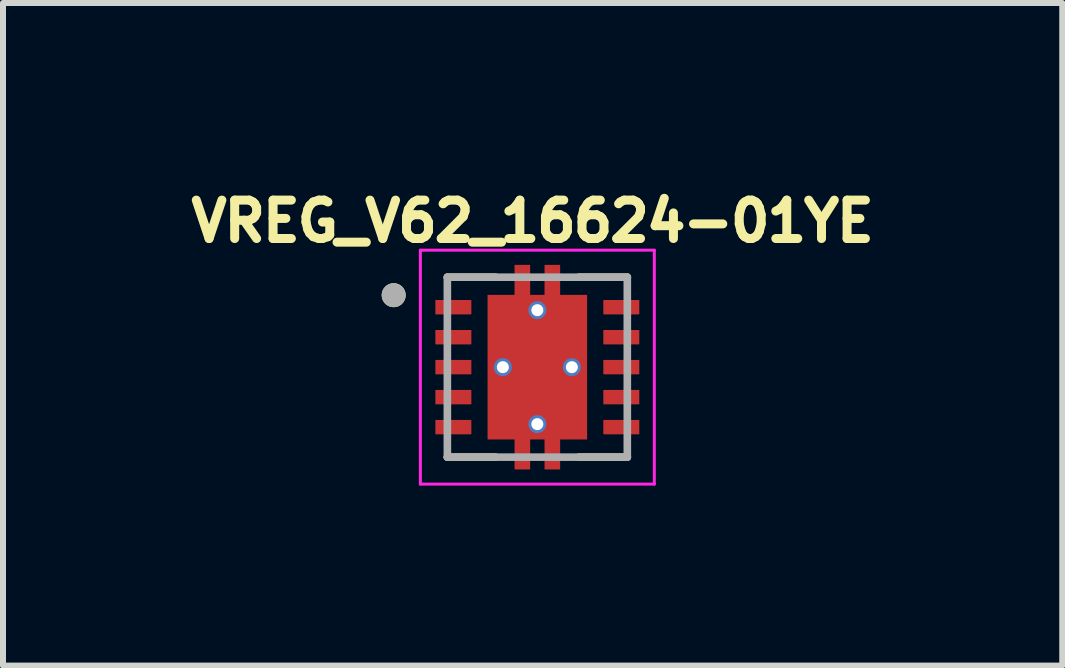
<source format=kicad_pcb>
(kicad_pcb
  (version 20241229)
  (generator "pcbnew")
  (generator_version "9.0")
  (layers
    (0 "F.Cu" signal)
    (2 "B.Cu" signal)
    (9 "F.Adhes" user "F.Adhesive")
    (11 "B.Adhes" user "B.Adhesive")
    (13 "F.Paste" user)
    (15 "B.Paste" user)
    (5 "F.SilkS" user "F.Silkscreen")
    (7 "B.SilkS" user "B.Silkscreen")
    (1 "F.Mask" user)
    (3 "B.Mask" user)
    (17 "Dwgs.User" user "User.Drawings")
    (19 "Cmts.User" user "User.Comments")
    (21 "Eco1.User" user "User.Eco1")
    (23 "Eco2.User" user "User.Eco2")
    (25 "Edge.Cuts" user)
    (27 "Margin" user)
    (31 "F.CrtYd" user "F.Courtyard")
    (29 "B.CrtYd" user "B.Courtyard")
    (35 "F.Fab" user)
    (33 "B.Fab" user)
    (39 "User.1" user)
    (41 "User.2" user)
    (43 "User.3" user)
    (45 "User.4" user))
  (footprint "VREG_V62_16624-01YE"
    (layer "F.Cu")
    (at 5.908 3.071)
    (property "Reference" "VREG_V62_16624-01YE" (at -0.078 -2.433 0) (layer "F.SilkS") (effects (font (size 0.64 0.64) (thickness 0.15))))
    (attr through_hole)
    (fp_poly (pts (xy -1.77 -1.19) (xy -1.03 -1.19) (xy -1.03 -0.81) (xy -1.77 -0.81)) (stroke (width 0.01) (type solid)) (fill yes) (layer "F.Mask"))
    (fp_poly (pts (xy -1.77 -0.69) (xy -1.03 -0.69) (xy -1.03 -0.31) (xy -1.77 -0.31)) (stroke (width 0.01) (type solid)) (fill yes) (layer "F.Mask"))
    (fp_poly (pts (xy -1.77 -0.19) (xy -1.03 -0.19) (xy -1.03 0.19) (xy -1.77 0.19)) (stroke (width 0.01) (type solid)) (fill yes) (layer "F.Mask"))
    (fp_poly (pts (xy -1.77 0.31) (xy -1.03 0.31) (xy -1.03 0.69) (xy -1.77 0.69)) (stroke (width 0.01) (type solid)) (fill yes) (layer "F.Mask"))
    (fp_poly (pts (xy -1.77 0.81) (xy -1.03 0.81) (xy -1.03 1.19) (xy -1.77 1.19)) (stroke (width 0.01) (type solid)) (fill yes) (layer "F.Mask"))
    (fp_poly (pts (xy 1.03 -1.19) (xy 1.77 -1.19) (xy 1.77 -0.81) (xy 1.03 -0.81)) (stroke (width 0.01) (type solid)) (fill yes) (layer "F.Mask"))
    (fp_poly (pts (xy 1.03 -0.69) (xy 1.77 -0.69) (xy 1.77 -0.31) (xy 1.03 -0.31)) (stroke (width 0.01) (type solid)) (fill yes) (layer "F.Mask"))
    (fp_poly (pts (xy 1.03 -0.19) (xy 1.77 -0.19) (xy 1.77 0.19) (xy 1.03 0.19)) (stroke (width 0.01) (type solid)) (fill yes) (layer "F.Mask"))
    (fp_poly (pts (xy 1.03 0.31) (xy 1.77 0.31) (xy 1.77 0.69) (xy 1.03 0.69)) (stroke (width 0.01) (type solid)) (fill yes) (layer "F.Mask"))
    (fp_poly (pts (xy 1.03 0.81) (xy 1.77 0.81) (xy 1.77 1.19) (xy 1.03 1.19)) (stroke (width 0.01) (type solid)) (fill yes) (layer "F.Mask"))
    (fp_poly (pts (xy -0.895 -1.27) (xy -0.445 -1.27) (xy -0.445 -1.77) (xy -0.055 -1.77) (xy -0.055 -1.27) (xy 0.055 -1.27) (xy 0.055 -1.77) (xy 0.445 -1.77) (xy 0.445 -1.27) (xy 0.895 -1.27) (xy 0.895 1.27) (xy 0.445 1.27) (xy 0.445 1.77) (xy 0.055 1.77) (xy 0.055 1.27) (xy -0.055 1.27) (xy -0.055 1.77) (xy -0.445 1.77) (xy -0.445 1.27) (xy -0.895 1.27)) (stroke (width 0.01) (type solid)) (fill yes) (layer "F.Mask"))
    (fp_line (start -1.5 -1.5) (end -0.695 -1.5) (stroke (width 0.127) (type solid)) (layer "F.SilkS"))
    (fp_line (start -1.5 1.5) (end -0.695 1.5) (stroke (width 0.127) (type solid)) (layer "F.SilkS"))
    (fp_line (start 0.695 -1.5) (end 1.5 -1.5) (stroke (width 0.127) (type solid)) (layer "F.SilkS"))
    (fp_line (start 0.695 1.5) (end 1.5 1.5) (stroke (width 0.127) (type solid)) (layer "F.SilkS"))
    (fp_circle (center -2.395 -1.2) (end -2.295 -1.2) (stroke (width 0.2) (type solid)) (fill no) (layer "F.SilkS"))
    (fp_poly (pts (xy -0.75 -1.16) (xy 0.75 -1.16) (xy 0.75 -0.1) (xy -0.75 -0.1)) (stroke (width 0.01) (type solid)) (fill yes) (layer "F.Paste"))
    (fp_poly (pts (xy -0.75 0.1) (xy 0.75 0.1) (xy 0.75 1.16) (xy -0.75 1.16)) (stroke (width 0.01) (type solid)) (fill yes) (layer "F.Paste"))
    (fp_poly (pts (xy -0.375 -1.7) (xy -0.125 -1.7) (xy -0.125 -1.36) (xy -0.375 -1.36)) (stroke (width 0.01) (type solid)) (fill yes) (layer "F.Paste"))
    (fp_poly (pts (xy -0.375 1.36) (xy -0.125 1.36) (xy -0.125 1.7) (xy -0.375 1.7)) (stroke (width 0.01) (type solid)) (fill yes) (layer "F.Paste"))
    (fp_poly (pts (xy 0.125 -1.7) (xy 0.375 -1.7) (xy 0.375 -1.36) (xy 0.125 -1.36)) (stroke (width 0.01) (type solid)) (fill yes) (layer "F.Paste"))
    (fp_poly (pts (xy 0.125 1.36) (xy 0.375 1.36) (xy 0.375 1.7) (xy 0.125 1.7)) (stroke (width 0.01) (type solid)) (fill yes) (layer "F.Paste"))
    (fp_line (start -1.95 -1.95) (end -1.95 1.95) (stroke (width 0.05) (type solid)) (layer "F.CrtYd"))
    (fp_line (start -1.95 -1.95) (end 1.95 -1.95) (stroke (width 0.05) (type solid)) (layer "F.CrtYd"))
    (fp_line (start -1.95 1.95) (end 1.95 1.95) (stroke (width 0.05) (type solid)) (layer "F.CrtYd"))
    (fp_line (start 1.95 -1.95) (end 1.95 1.95) (stroke (width 0.05) (type solid)) (layer "F.CrtYd"))
    (fp_line (start -1.5 -1.5) (end -1.5 1.5) (stroke (width 0.127) (type solid)) (layer "F.Fab"))
    (fp_line (start -1.5 -1.5) (end 1.5 -1.5) (stroke (width 0.127) (type solid)) (layer "F.Fab"))
    (fp_line (start -1.5 1.5) (end 1.5 1.5) (stroke (width 0.127) (type solid)) (layer "F.Fab"))
    (fp_line (start 1.5 -1.5) (end 1.5 1.5) (stroke (width 0.127) (type solid)) (layer "F.Fab"))
    (fp_circle (center -2.395 -1.2) (end -2.295 -1.2) (stroke (width 0.2) (type solid)) (fill no) (layer "F.Fab"))
    (pad "1" smd roundrect (at -1.4 -1) (size 0.6 0.24) (layers "F.Cu" "F.Paste") (roundrect_rratio 0.03))
    (pad "2" smd roundrect (at -1.4 -0.5) (size 0.6 0.24) (layers "F.Cu" "F.Paste") (roundrect_rratio 0.03))
    (pad "3" smd roundrect (at -1.4 0) (size 0.6 0.24) (layers "F.Cu" "F.Paste") (roundrect_rratio 0.03))
    (pad "4" smd roundrect (at -1.4 0.5) (size 0.6 0.24) (layers "F.Cu" "F.Paste") (roundrect_rratio 0.03))
    (pad "5" smd roundrect (at -1.4 1) (size 0.6 0.24) (layers "F.Cu" "F.Paste") (roundrect_rratio 0.03))
    (pad "6" smd roundrect (at 1.4 1) (size 0.6 0.24) (layers "F.Cu" "F.Paste") (roundrect_rratio 0.03))
    (pad "7" smd roundrect (at 1.4 0.5) (size 0.6 0.24) (layers "F.Cu" "F.Paste") (roundrect_rratio 0.03))
    (pad "8" smd roundrect (at 1.4 0) (size 0.6 0.24) (layers "F.Cu" "F.Paste") (roundrect_rratio 0.03))
    (pad "9" smd roundrect (at 1.4 -0.5) (size 0.6 0.24) (layers "F.Cu" "F.Paste") (roundrect_rratio 0.03))
    (pad "10" smd roundrect (at 1.4 -1) (size 0.6 0.24) (layers "F.Cu" "F.Paste") (roundrect_rratio 0.03))
    (pad "11" smd custom (at 0 0) (size 1.65 2.4) (layers "F.Cu") (options (anchor rect)) (primitives (gr_poly (pts (xy -0.825 -1.2) (xy -0.375 -1.2) (xy -0.375 -1.7) (xy -0.125 -1.7) (xy -0.125 -1.2) (xy 0.125 -1.2) (xy 0.125 -1.7) (xy 0.375 -1.7) (xy 0.375 -1.2) (xy 0.825 -1.2) (xy 0.825 1.2) (xy 0.375 1.2) (xy 0.375 1.7) (xy 0.125 1.7) (xy 0.125 1.2) (xy -0.125 1.2) (xy -0.125 1.7) (xy -0.375 1.7) (xy -0.375 1.2) (xy -0.825 1.2)) (width 0.01) (fill yes))))
    (pad "12" thru_hole circle (at 0 0.95) (size 0.3 0.3) (drill 0.2) (layers "*.Cu"))
    (pad "13" thru_hole circle (at -0.575 0) (size 0.3 0.3) (drill 0.2) (layers "*.Cu"))
    (pad "14" thru_hole circle (at 0.575 0) (size 0.3 0.3) (drill 0.2) (layers "*.Cu"))
    (pad "15" thru_hole circle (at 0 -0.95) (size 0.3 0.3) (drill 0.2) (layers "*.Cu")))
  (gr_rect
    (start -3 -3)
    (end 14.659 8.046)
    (stroke (width 0.1) (type default))
    (fill no)
    (layer "Edge.Cuts")))
</source>
